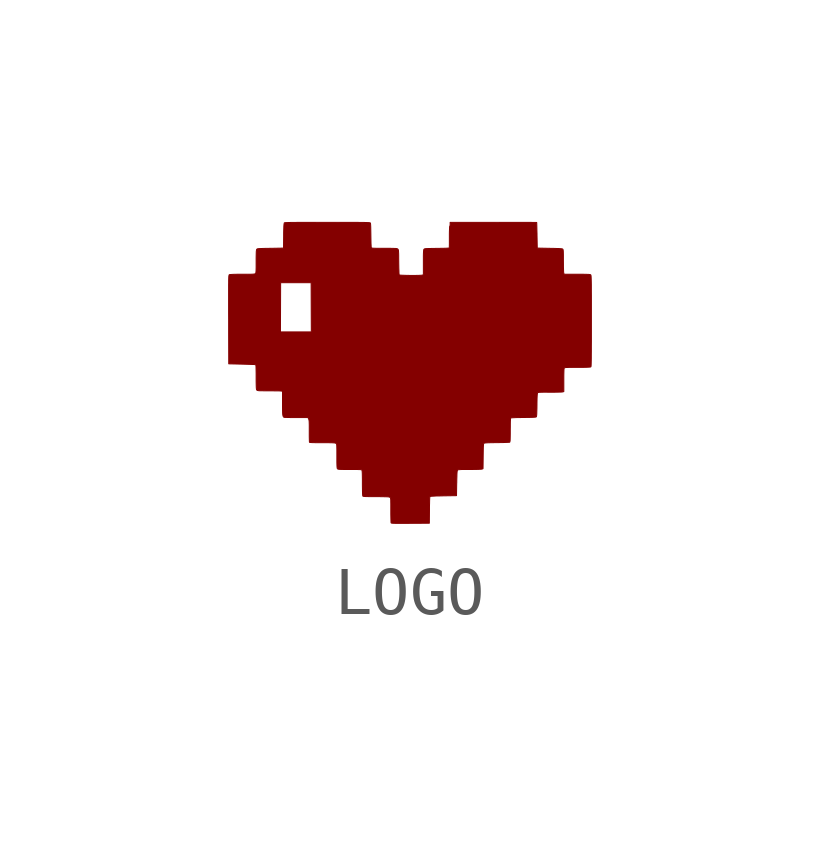
<source format=kicad_sym>
(kicad_symbol_lib
  (version 20220914)
  (generator "bitmap2component")
  (generator_version "8.0")
  (symbol "LOGO"
    (pin_names
      (offset 1.016))
    (property "Reference" "#G"
      (at 0 2.844 0)
      (effects (font (size 1.27 1.27)) hide))
    (symbol "LOGO_0_0"
      (polyline (pts (xy -0.108 -3.065) (xy -0.014 -3.064) (xy 0.382 -3.062) (xy 0.385 -2.788) (xy 0.385 -2.717) (xy 0.387 -2.645) (xy 0.388 -2.587) (xy 0.39 -2.543) (xy 0.393 -2.516) (xy 0.396 -2.504) (xy 0.405 -2.502) (xy 0.431 -2.499) (xy 0.472 -2.497) (xy 0.527 -2.494) (xy 0.596 -2.493) (xy 0.677 -2.491) (xy 0.949 -2.487) (xy 0.953 -2.228) (xy 0.954 -2.226) (xy 0.955 -2.148) (xy 0.957 -2.087) (xy 0.958 -2.039) (xy 0.96 -2.004) (xy 0.963 -1.979) (xy 0.966 -1.964) (xy 0.97 -1.956) (xy 0.975 -1.951) (xy 0.983 -1.948) (xy 0.998 -1.946) (xy 1.019 -1.944) (xy 1.051 -1.942) (xy 1.093 -1.942) (xy 1.149 -1.941) (xy 1.22 -1.941) (xy 1.224 -1.941) (xy 1.288 -1.941) (xy 1.346 -1.94) (xy 1.397 -1.939) (xy 1.438 -1.937) (xy 1.467 -1.935) (xy 1.481 -1.933) (xy 1.502 -1.925) (xy 1.505 -1.668) (xy 1.506 -1.599) (xy 1.507 -1.535) (xy 1.508 -1.485) (xy 1.51 -1.448) (xy 1.512 -1.422) (xy 1.515 -1.406) (xy 1.519 -1.398) (xy 1.519 -1.397) (xy 1.525 -1.393) (xy 1.535 -1.39) (xy 1.551 -1.388) (xy 1.575 -1.386) (xy 1.609 -1.384) (xy 1.655 -1.383) (xy 1.715 -1.382) (xy 1.789 -1.381) (xy 1.813 -1.381) (xy 1.877 -1.38) (xy 1.934 -1.379) (xy 1.984 -1.377) (xy 2.022 -1.375) (xy 2.048 -1.374) (xy 2.059 -1.372) (xy 2.061 -1.369) (xy 2.064 -1.357) (xy 2.067 -1.336) (xy 2.068 -1.303) (xy 2.069 -1.258) (xy 2.07 -1.198) (xy 2.07 -1.123) (xy 2.07 -1.114) (xy 2.071 -1.051) (xy 2.071 -0.994) (xy 2.072 -0.946) (xy 2.074 -0.907) (xy 2.075 -0.881) (xy 2.077 -0.87) (xy 2.079 -0.869) (xy 2.091 -0.866) (xy 2.114 -0.863) (xy 2.15 -0.861) (xy 2.199 -0.859) (xy 2.263 -0.858) (xy 2.343 -0.857) (xy 2.411 -0.856) (xy 2.476 -0.855) (xy 2.526 -0.854) (xy 2.564 -0.852) (xy 2.59 -0.85) (xy 2.606 -0.847) (xy 2.613 -0.844) (xy 2.615 -0.841) (xy 2.618 -0.829) (xy 2.621 -0.807) (xy 2.623 -0.774) (xy 2.624 -0.729) (xy 2.626 -0.67) (xy 2.627 -0.595) (xy 2.627 -0.566) (xy 2.628 -0.5) (xy 2.629 -0.448) (xy 2.631 -0.409) (xy 2.633 -0.381) (xy 2.635 -0.362) (xy 2.638 -0.349) (xy 2.642 -0.343) (xy 2.643 -0.342) (xy 2.648 -0.338) (xy 2.657 -0.335) (xy 2.672 -0.332) (xy 2.694 -0.331) (xy 2.725 -0.33) (xy 2.768 -0.329) (xy 2.824 -0.329) (xy 2.895 -0.33) (xy 2.9 -0.33) (xy 2.963 -0.33) (xy 3.022 -0.329) (xy 3.074 -0.328) (xy 3.116 -0.327) (xy 3.146 -0.326) (xy 3.161 -0.324) (xy 3.187 -0.317) (xy 3.187 -0.076) (xy 3.187 -0.055) (xy 3.187 0.014) (xy 3.188 0.068) (xy 3.189 0.108) (xy 3.19 0.138) (xy 3.192 0.158) (xy 3.195 0.17) (xy 3.199 0.177) (xy 3.203 0.179) (xy 3.213 0.182) (xy 3.229 0.185) (xy 3.255 0.186) (xy 3.291 0.188) (xy 3.338 0.188) (xy 3.4 0.189) (xy 3.477 0.189) (xy 3.521 0.189) (xy 3.594 0.189) (xy 3.651 0.19) (xy 3.694 0.192) (xy 3.725 0.194) (xy 3.744 0.196) (xy 3.752 0.199) (xy 3.752 0.2) (xy 3.754 0.207) (xy 3.756 0.223) (xy 3.757 0.248) (xy 3.758 0.282) (xy 3.759 0.328) (xy 3.76 0.384) (xy 3.76 0.452) (xy 3.761 0.533) (xy 3.761 0.628) (xy 3.762 0.737) (xy 3.762 0.861) (xy 3.762 1) (xy 3.762 1.156) (xy 3.762 1.186) (xy 3.762 1.332) (xy 3.762 1.461) (xy 3.762 1.576) (xy 3.762 1.677) (xy 3.761 1.764) (xy 3.761 1.839) (xy 3.761 1.902) (xy 3.76 1.955) (xy 3.759 1.999) (xy 3.758 2.034) (xy 3.757 2.061) (xy 3.756 2.082) (xy 3.755 2.097) (xy 3.753 2.107) (xy 3.751 2.113) (xy 3.749 2.117) (xy 3.748 2.118) (xy 3.741 2.122) (xy 3.73 2.124) (xy 3.712 2.127) (xy 3.686 2.128) (xy 3.65 2.129) (xy 3.603 2.13) (xy 3.542 2.13) (xy 3.465 2.13) (xy 3.195 2.13) (xy 3.187 2.152) (xy 3.184 2.165) (xy 3.182 2.193) (xy 3.181 2.234) (xy 3.179 2.285) (xy 3.179 2.344) (xy 3.178 2.409) (xy 3.178 2.474) (xy 3.178 2.53) (xy 3.177 2.573) (xy 3.176 2.605) (xy 3.174 2.627) (xy 3.172 2.641) (xy 3.168 2.65) (xy 3.164 2.655) (xy 3.164 2.655) (xy 3.156 2.659) (xy 3.14 2.662) (xy 3.115 2.664) (xy 3.079 2.667) (xy 3.031 2.668) (xy 2.969 2.67) (xy 2.891 2.671) (xy 2.633 2.676) (xy 2.628 2.942) (xy 2.628 2.973) (xy 2.626 3.036) (xy 2.625 3.093) (xy 2.624 3.141) (xy 2.623 3.178) (xy 2.622 3.202) (xy 2.622 3.21) (xy 2.615 3.211) (xy 2.591 3.211) (xy 2.553 3.211) (xy 2.501 3.212) (xy 2.436 3.212) (xy 2.359 3.212) (xy 2.272 3.212) (xy 2.176 3.212) (xy 2.071 3.212) (xy 1.959 3.212) (xy 1.841 3.212) (xy 1.718 3.213) (xy 0.816 3.213) (xy 0.816 3.174) (xy 0.816 3.164) (xy 0.813 3.142) (xy 0.808 3.131) (xy 0.806 3.126) (xy 0.804 3.106) (xy 0.803 3.072) (xy 0.801 3.026) (xy 0.8 2.971) (xy 0.8 2.91) (xy 0.8 2.861) (xy 0.8 2.806) (xy 0.8 2.758) (xy 0.799 2.72) (xy 0.799 2.694) (xy 0.799 2.683) (xy 0.797 2.68) (xy 0.785 2.677) (xy 0.763 2.675) (xy 0.728 2.673) (xy 0.681 2.672) (xy 0.619 2.671) (xy 0.54 2.67) (xy 0.47 2.669) (xy 0.411 2.668) (xy 0.365 2.667) (xy 0.332 2.666) (xy 0.307 2.664) (xy 0.291 2.662) (xy 0.281 2.659) (xy 0.274 2.655) (xy 0.27 2.65) (xy 0.268 2.648) (xy 0.265 2.638) (xy 0.263 2.622) (xy 0.261 2.596) (xy 0.259 2.561) (xy 0.258 2.514) (xy 0.258 2.454) (xy 0.258 2.377) (xy 0.258 2.121) (xy 0.235 2.112) (xy 0.232 2.112) (xy 0.213 2.11) (xy 0.182 2.108) (xy 0.14 2.107) (xy 0.09 2.106) (xy 0.036 2.106) (xy -0.02 2.106) (xy -0.076 2.107) (xy -0.128 2.108) (xy -0.173 2.11) (xy -0.21 2.111) (xy -0.235 2.114) (xy -0.246 2.116) (xy -0.247 2.118) (xy -0.249 2.134) (xy -0.251 2.163) (xy -0.252 2.205) (xy -0.254 2.257) (xy -0.255 2.317) (xy -0.256 2.382) (xy -0.256 2.397) (xy -0.257 2.468) (xy -0.257 2.523) (xy -0.258 2.566) (xy -0.26 2.598) (xy -0.261 2.62) (xy -0.264 2.635) (xy -0.267 2.645) (xy -0.271 2.651) (xy -0.276 2.656) (xy -0.28 2.659) (xy -0.288 2.663) (xy -0.299 2.666) (xy -0.317 2.668) (xy -0.342 2.669) (xy -0.377 2.67) (xy -0.424 2.671) (xy -0.483 2.671) (xy -0.558 2.671) (xy -0.621 2.671) (xy -0.683 2.672) (xy -0.731 2.672) (xy -0.767 2.673) (xy -0.792 2.674) (xy -0.81 2.676) (xy -0.82 2.679) (xy -0.826 2.682) (xy -0.829 2.686) (xy -0.829 2.687) (xy -0.831 2.701) (xy -0.832 2.729) (xy -0.834 2.77) (xy -0.835 2.821) (xy -0.836 2.879) (xy -0.837 2.942) (xy -0.837 2.949) (xy -0.838 3.012) (xy -0.839 3.069) (xy -0.84 3.119) (xy -0.842 3.158) (xy -0.844 3.185) (xy -0.846 3.197) (xy -0.847 3.199) (xy -0.85 3.201) (xy -0.855 3.203) (xy -0.864 3.205) (xy -0.878 3.207) (xy -0.897 3.208) (xy -0.923 3.209) (xy -0.956 3.21) (xy -0.997 3.211) (xy -1.048 3.211) (xy -1.109 3.212) (xy -1.182 3.212) (xy -1.267 3.212) (xy -1.365 3.212) (xy -1.478 3.212) (xy -1.606 3.213) (xy -1.75 3.213) (xy -1.857 3.213) (xy -1.989 3.212) (xy -2.105 3.212) (xy -2.207 3.212) (xy -2.295 3.212) (xy -2.371 3.212) (xy -2.435 3.211) (xy -2.488 3.211) (xy -2.531 3.21) (xy -2.566 3.209) (xy -2.593 3.208) (xy -2.613 3.207) (xy -2.627 3.206) (xy -2.637 3.204) (xy -2.642 3.202) (xy -2.644 3.2) (xy -2.645 3.197) (xy -2.645 3.19) (xy -2.649 3.17) (xy -2.649 3.169) (xy -2.65 3.156) (xy -2.652 3.128) (xy -2.653 3.087) (xy -2.655 3.037) (xy -2.656 2.979) (xy -2.656 2.916) (xy -2.659 2.676) (xy -2.932 2.671) (xy -2.948 2.671) (xy -3.021 2.67) (xy -3.079 2.669) (xy -3.123 2.667) (xy -3.157 2.666) (xy -3.18 2.664) (xy -3.197 2.662) (xy -3.207 2.659) (xy -3.213 2.655) (xy -3.218 2.65) (xy -3.218 2.65) (xy -3.221 2.642) (xy -3.224 2.627) (xy -3.227 2.605) (xy -3.228 2.572) (xy -3.229 2.528) (xy -3.23 2.471) (xy -3.23 2.398) (xy -3.23 2.335) (xy -3.23 2.278) (xy -3.231 2.234) (xy -3.232 2.201) (xy -3.234 2.178) (xy -3.236 2.162) (xy -3.24 2.152) (xy -3.244 2.146) (xy -3.248 2.142) (xy -3.255 2.139) (xy -3.265 2.136) (xy -3.282 2.134) (xy -3.306 2.132) (xy -3.34 2.131) (xy -3.385 2.131) (xy -3.443 2.13) (xy -3.517 2.13) (xy -3.567 2.13) (xy -3.637 2.13) (xy -3.692 2.129) (xy -3.734 2.127) (xy -3.763 2.125) (xy -3.782 2.123) (xy -3.791 2.119) (xy -3.792 2.118) (xy -3.795 2.114) (xy -3.796 2.107) (xy -3.798 2.097) (xy -3.8 2.082) (xy -3.801 2.061) (xy -3.802 2.034) (xy -3.803 1.999) (xy -3.803 1.956) (xy -3.804 1.903) (xy -3.804 1.839) (xy -3.804 1.764) (xy -3.804 1.677) (xy -3.804 1.577) (xy -3.804 1.462) (xy -3.804 1.332) (xy -3.803 1.185) (xy -3.803 0.928) (xy -2.723 0.928) (xy -2.721 1.441) (xy -2.719 1.954) (xy -2.401 1.954) (xy -2.083 1.954) (xy -2.081 1.441) (xy -2.079 0.928) (xy -2.401 0.928) (xy -2.723 0.928) (xy -3.803 0.928) (xy -3.801 0.262) (xy -3.526 0.256) (xy -3.489 0.255) (xy -3.424 0.253) (xy -3.366 0.251) (xy -3.316 0.249) (xy -3.277 0.248) (xy -3.252 0.246) (xy -3.24 0.245) (xy -3.238 0.241) (xy -3.235 0.228) (xy -3.233 0.205) (xy -3.232 0.171) (xy -3.231 0.124) (xy -3.23 0.063) (xy -3.23 -0.014) (xy -3.23 -0.032) (xy -3.23 -0.102) (xy -3.229 -0.158) (xy -3.228 -0.201) (xy -3.227 -0.232) (xy -3.225 -0.254) (xy -3.223 -0.269) (xy -3.22 -0.279) (xy -3.216 -0.285) (xy -3.213 -0.287) (xy -3.207 -0.291) (xy -3.198 -0.294) (xy -3.183 -0.297) (xy -3.161 -0.299) (xy -3.13 -0.3) (xy -3.087 -0.3) (xy -3.031 -0.301) (xy -2.96 -0.301) (xy -2.953 -0.301) (xy -2.89 -0.301) (xy -2.832 -0.302) (xy -2.781 -0.302) (xy -2.741 -0.303) (xy -2.713 -0.305) (xy -2.699 -0.306) (xy -2.68 -0.311) (xy -2.68 -0.559) (xy -2.68 -0.562) (xy -2.68 -0.639) (xy -2.679 -0.701) (xy -2.678 -0.75) (xy -2.676 -0.786) (xy -2.672 -0.813) (xy -2.667 -0.831) (xy -2.661 -0.843) (xy -2.653 -0.85) (xy -2.643 -0.854) (xy -2.642 -0.854) (xy -2.628 -0.855) (xy -2.599 -0.856) (xy -2.558 -0.857) (xy -2.508 -0.858) (xy -2.45 -0.859) (xy -2.386 -0.859) (xy -2.149 -0.859) (xy -2.135 -0.887) (xy -2.134 -0.889) (xy -2.13 -0.901) (xy -2.127 -0.917) (xy -2.124 -0.94) (xy -2.123 -0.972) (xy -2.122 -1.014) (xy -2.122 -1.069) (xy -2.122 -1.14) (xy -2.122 -1.197) (xy -2.122 -1.252) (xy -2.121 -1.3) (xy -2.12 -1.338) (xy -2.119 -1.364) (xy -2.118 -1.374) (xy -2.111 -1.376) (xy -2.089 -1.379) (xy -2.05 -1.381) (xy -1.997 -1.382) (xy -1.929 -1.383) (xy -1.848 -1.383) (xy -1.772 -1.383) (xy -1.712 -1.383) (xy -1.664 -1.384) (xy -1.629 -1.385) (xy -1.603 -1.387) (xy -1.585 -1.389) (xy -1.573 -1.393) (xy -1.565 -1.396) (xy -1.563 -1.398) (xy -1.558 -1.402) (xy -1.554 -1.408) (xy -1.551 -1.418) (xy -1.549 -1.433) (xy -1.548 -1.456) (xy -1.547 -1.489) (xy -1.546 -1.532) (xy -1.546 -1.59) (xy -1.546 -1.662) (xy -1.546 -1.734) (xy -1.546 -1.792) (xy -1.545 -1.838) (xy -1.544 -1.872) (xy -1.542 -1.896) (xy -1.54 -1.912) (xy -1.537 -1.922) (xy -1.533 -1.928) (xy -1.528 -1.931) (xy -1.519 -1.934) (xy -1.504 -1.937) (xy -1.481 -1.939) (xy -1.449 -1.94) (xy -1.405 -1.941) (xy -1.348 -1.941) (xy -1.275 -1.941) (xy -1.219 -1.941) (xy -1.16 -1.942) (xy -1.114 -1.942) (xy -1.081 -1.943) (xy -1.057 -1.944) (xy -1.041 -1.946) (xy -1.031 -1.949) (xy -1.026 -1.953) (xy -1.022 -1.958) (xy -1.021 -1.965) (xy -1.018 -1.99) (xy -1.016 -2.03) (xy -1.015 -2.084) (xy -1.014 -2.152) (xy -1.014 -2.231) (xy -1.014 -2.264) (xy -1.013 -2.338) (xy -1.012 -2.396) (xy -1.011 -2.44) (xy -1.009 -2.47) (xy -1.006 -2.49) (xy -1.003 -2.498) (xy -1 -2.5) (xy -0.986 -2.502) (xy -0.961 -2.505) (xy -0.924 -2.506) (xy -0.873 -2.507) (xy -0.808 -2.508) (xy -0.726 -2.508) (xy -0.722 -2.508) (xy -0.646 -2.508) (xy -0.586 -2.509) (xy -0.538 -2.51) (xy -0.503 -2.511) (xy -0.477 -2.512) (xy -0.459 -2.515) (xy -0.448 -2.518) (xy -0.44 -2.522) (xy -0.438 -2.523) (xy -0.433 -2.527) (xy -0.429 -2.533) (xy -0.426 -2.543) (xy -0.424 -2.559) (xy -0.422 -2.582) (xy -0.422 -2.614) (xy -0.421 -2.658) (xy -0.421 -2.715) (xy -0.421 -2.787) (xy -0.421 -2.804) (xy -0.421 -2.868) (xy -0.42 -2.925) (xy -0.419 -2.975) (xy -0.418 -3.014) (xy -0.417 -3.041) (xy -0.416 -3.053) (xy -0.415 -3.055) (xy -0.411 -3.058) (xy -0.403 -3.06) (xy -0.389 -3.062) (xy -0.368 -3.063) (xy -0.339 -3.064) (xy -0.299 -3.065) (xy -0.249 -3.065) (xy -0.185 -3.065) (xy -0.108 -3.065)) (stroke (width 0.01) (type default)) (fill (type outline))))))
</source>
